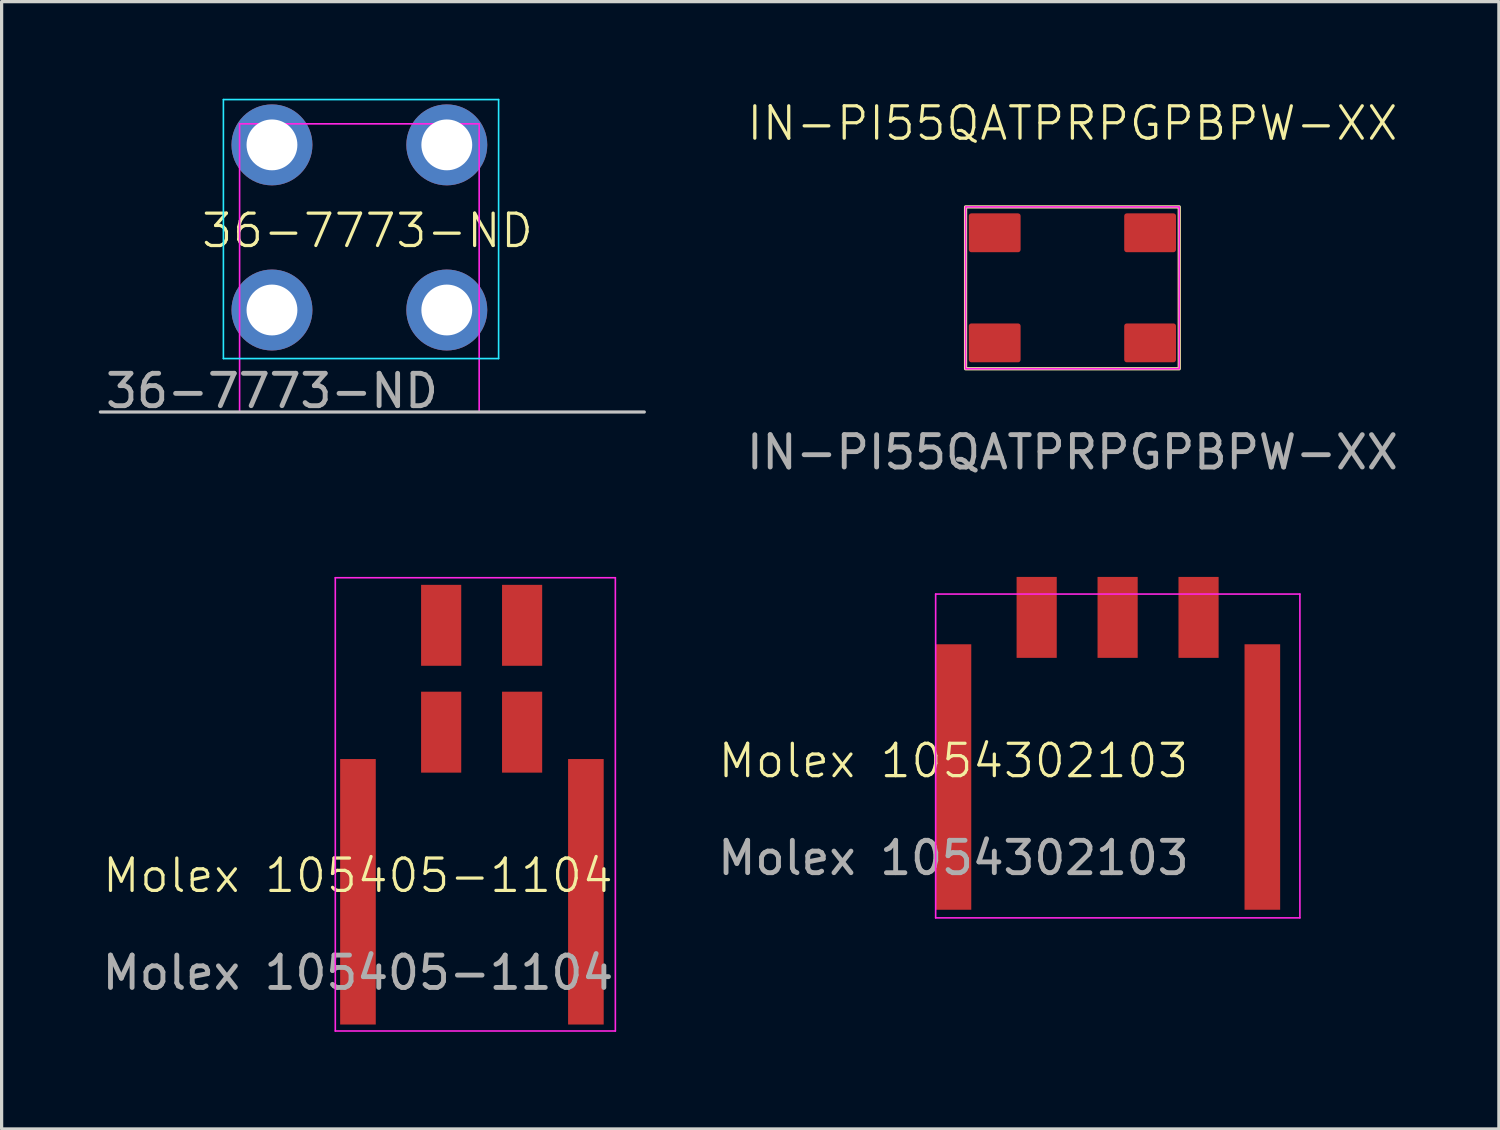
<source format=kicad_pcb>
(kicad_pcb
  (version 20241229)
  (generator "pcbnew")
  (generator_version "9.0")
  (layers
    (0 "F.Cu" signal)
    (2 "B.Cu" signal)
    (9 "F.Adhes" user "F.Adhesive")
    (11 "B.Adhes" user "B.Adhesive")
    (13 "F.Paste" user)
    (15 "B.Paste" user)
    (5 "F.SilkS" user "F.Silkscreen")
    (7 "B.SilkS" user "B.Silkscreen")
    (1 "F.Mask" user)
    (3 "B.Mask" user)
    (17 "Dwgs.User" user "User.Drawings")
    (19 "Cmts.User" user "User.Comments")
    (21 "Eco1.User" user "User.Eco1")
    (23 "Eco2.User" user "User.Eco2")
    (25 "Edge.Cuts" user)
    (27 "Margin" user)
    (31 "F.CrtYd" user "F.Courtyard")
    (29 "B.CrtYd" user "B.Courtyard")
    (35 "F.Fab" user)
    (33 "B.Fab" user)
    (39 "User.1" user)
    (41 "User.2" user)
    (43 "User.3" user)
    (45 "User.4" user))
  (footprint "36-7773-ND"
    (layer "F.Cu")
    (at 5.35 6.525)
    (property "Reference" "36-7773-ND" (at 2.95 -2.45 0) (unlocked yes) (layer "F.SilkS") (effects (font (size 1 1) (thickness 0.1))))
    (attr smd)
    (fp_line (start -5.3 3.15) (end 11.5 3.15) (stroke (width 0.1) (type default)) (layer "Dwgs.User"))
    (fp_line (start -1.5 -6.5) (end 7 -6.5) (stroke (width 0.05) (type default)) (layer "B.CrtYd"))
    (fp_line (start -1.5 1.5) (end -1.5 -6.5) (stroke (width 0.05) (type default)) (layer "B.CrtYd"))
    (fp_line (start 7 -6.5) (end 7 1.5) (stroke (width 0.05) (type default)) (layer "B.CrtYd"))
    (fp_line (start 7 1.5) (end -1.5 1.5) (stroke (width 0.05) (type default)) (layer "B.CrtYd"))
    (fp_line (start -1 -5.75) (end 6.4 -5.75) (stroke (width 0.05) (type default)) (layer "F.CrtYd"))
    (fp_line (start -1 3.15) (end -1 -5.75) (stroke (width 0.05) (type default)) (layer "F.CrtYd"))
    (fp_line (start 6.4 -5.75) (end 6.4 3.15) (stroke (width 0.05) (type default)) (layer "F.CrtYd"))
    (fp_line (start 6.4 3.15) (end -1 3.15) (stroke (width 0.05) (type default)) (layer "F.CrtYd"))
    (fp_text user "${REFERENCE}" (at 0 2.5 0) (unlocked yes) (layer "F.Fab") (effects (font (size 1 1) (thickness 0.15))))
    (pad "1" thru_hole circle (at 5.4 -5.1) (size 2.5 2.5) (drill 1.57) (layers "*.Cu" "*.Mask"))
    (pad "2" thru_hole circle (at 0 -5.1) (size 2.5 2.5) (drill 1.57) (layers "*.Cu" "*.Mask"))
    (pad "3" thru_hole circle (at 5.4 0) (size 2.5 2.5) (drill 1.57) (layers "*.Cu" "*.Mask"))
    (pad "4" thru_hole circle (at 0 0) (size 2.5 2.5) (drill 1.57) (layers "*.Cu" "*.Mask")))
  (footprint "Molex 105405-1104"
    (layer "F.Cu")
    (at 8.006 24.494)
    (property "Reference" "Molex 105405-1104" (at 0 -0.5 0) (unlocked yes) (layer "F.SilkS") (effects (font (size 1 1) (thickness 0.1))))
    (attr smd)
    (fp_line (start -0.7 -9.7) (end 7.95 -9.7) (stroke (width 0.05) (type default)) (layer "F.CrtYd"))
    (fp_line (start -0.7 4.3) (end -0.7 -9.7) (stroke (width 0.05) (type default)) (layer "F.CrtYd"))
    (fp_line (start 7.95 -9.7) (end 7.95 4.3) (stroke (width 0.05) (type default)) (layer "F.CrtYd"))
    (fp_line (start 7.95 4.3) (end -0.7 4.3) (stroke (width 0.05) (type default)) (layer "F.CrtYd"))
    (fp_text user "${REFERENCE}" (at 0 2.5 0) (unlocked yes) (layer "F.Fab") (effects (font (size 1 1) (thickness 0.15))))
    (pad "1" smd rect (at 5.07 -8.23) (size 1.24 2.5) (layers "F.Cu" "F.Mask" "F.Paste"))
    (pad "2" smd rect (at 2.57 -8.23) (size 1.24 2.5) (layers "F.Cu" "F.Mask" "F.Paste"))
    (pad "3" smd rect (at 5.07 -4.93) (size 1.24 2.5) (layers "F.Cu" "F.Mask" "F.Paste"))
    (pad "4" smd rect (at 2.57 -4.93) (size 1.24 2.5) (layers "F.Cu" "F.Mask" "F.Paste"))
    (pad "5" smd rect (at 0 0) (size 1.1 8.2) (layers "F.Cu" "F.Mask" "F.Paste"))
    (pad "6" smd rect (at 7.04 0) (size 1.1 8.2) (layers "F.Cu" "F.Mask" "F.Paste")))
  (footprint "Molex 1054302103"
    (layer "F.Cu")
    (at 26.399 20.949)
    (property "Reference" "Molex 1054302103" (at 0 -0.5 0) (unlocked yes) (layer "F.SilkS") (effects (font (size 1 1) (thickness 0.1))))
    (attr smd)
    (fp_line (start -0.55 -5.65) (end 10.7 -5.65) (stroke (width 0.05) (type default)) (layer "F.CrtYd"))
    (fp_line (start -0.55 4.35) (end -0.55 -5.65) (stroke (width 0.05) (type default)) (layer "F.CrtYd"))
    (fp_line (start 10.7 -5.65) (end 10.7 4.35) (stroke (width 0.05) (type default)) (layer "F.CrtYd"))
    (fp_line (start 10.7 4.35) (end -0.55 4.35) (stroke (width 0.05) (type default)) (layer "F.CrtYd"))
    (fp_text user "${REFERENCE}" (at 0 2.5 0) (unlocked yes) (layer "F.Fab") (effects (font (size 1 1) (thickness 0.15))))
    (pad "1" smd rect (at 7.57 -4.93) (size 1.24 2.5) (layers "F.Cu" "F.Mask" "F.Paste"))
    (pad "2" smd rect (at 5.07 -4.93) (size 1.24 2.5) (layers "F.Cu" "F.Mask" "F.Paste"))
    (pad "3" smd rect (at 2.57 -4.93) (size 1.24 2.5) (layers "F.Cu" "F.Mask" "F.Paste"))
    (pad "4" smd rect (at 0 0) (size 1.1 8.2) (layers "F.Cu" "F.Mask" "F.Paste"))
    (pad "5" smd rect (at 9.54 0) (size 1.1 8.2) (layers "F.Cu" "F.Mask" "F.Paste")))
  (footprint "IN-PI55QATPRPGPBPW-XX"
    (layer "F.Cu")
    (at 30.073 5.84)
    (property "Reference" "IN-PI55QATPRPGPBPW-XX" (at 0 -5.08 0) (unlocked yes) (layer "F.SilkS") (effects (font (size 1 1) (thickness 0.1))))
    (attr smd)
    (fp_rect (start -3.3 -2.5) (end 3.3 2.5) (stroke (width 0.1) (type default)) (fill no) (layer "F.SilkS"))
    (fp_rect (start -3.3 -2.5) (end 3.3 2.5) (stroke (width 0.05) (type default)) (fill no) (layer "F.CrtYd"))
    (fp_text user "${REFERENCE}" (at 0 5.08 0) (unlocked yes) (layer "F.Fab") (effects (font (size 1 1) (thickness 0.15))))
    (pad "1" smd roundrect (at -2.4 -1.7) (size 1.6 1.2) (layers "F.Cu" "F.Mask" "F.Paste") (roundrect_rratio 0.066))
    (pad "2" smd roundrect (at -2.4 1.7) (size 1.6 1.2) (layers "F.Cu" "F.Mask" "F.Paste") (roundrect_rratio 0.066))
    (pad "3" smd roundrect (at 2.4 1.7) (size 1.6 1.2) (layers "F.Cu" "F.Mask" "F.Paste") (roundrect_rratio 0.066))
    (pad "4" smd roundrect (at 2.4 -1.7) (size 1.6 1.2) (layers "F.Cu" "F.Mask" "F.Paste") (roundrect_rratio 0.066)))
  (gr_rect
    (start -3 -3)
    (end 43.245 31.819)
    (stroke (width 0.1) (type default))
    (fill no)
    (layer "Edge.Cuts")))
</source>
